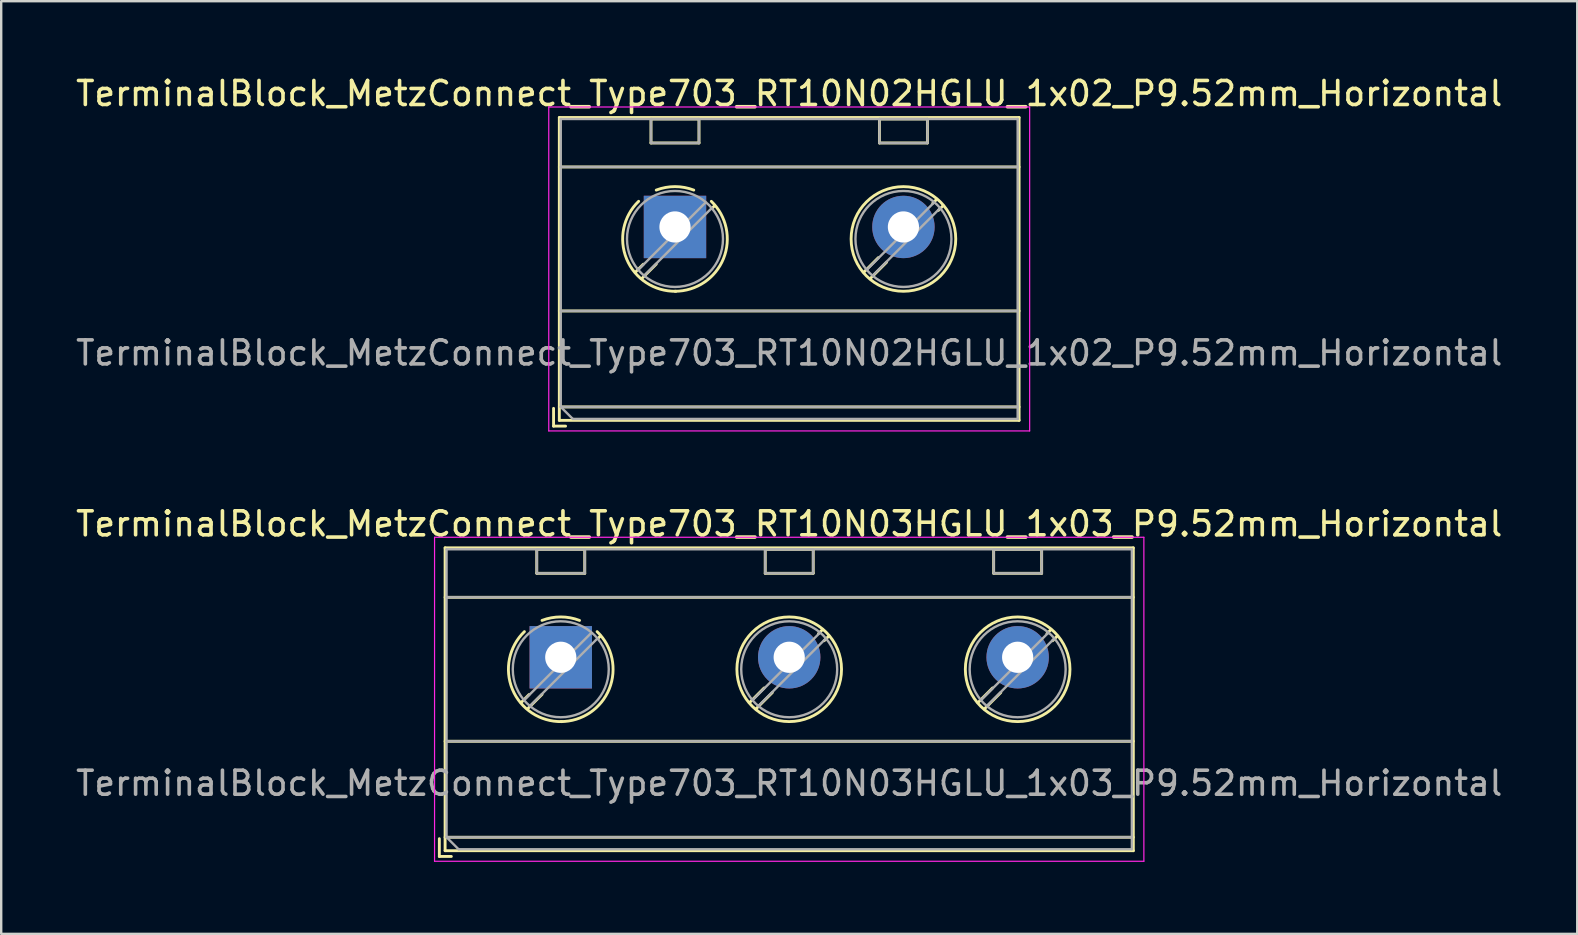
<source format=kicad_pcb>
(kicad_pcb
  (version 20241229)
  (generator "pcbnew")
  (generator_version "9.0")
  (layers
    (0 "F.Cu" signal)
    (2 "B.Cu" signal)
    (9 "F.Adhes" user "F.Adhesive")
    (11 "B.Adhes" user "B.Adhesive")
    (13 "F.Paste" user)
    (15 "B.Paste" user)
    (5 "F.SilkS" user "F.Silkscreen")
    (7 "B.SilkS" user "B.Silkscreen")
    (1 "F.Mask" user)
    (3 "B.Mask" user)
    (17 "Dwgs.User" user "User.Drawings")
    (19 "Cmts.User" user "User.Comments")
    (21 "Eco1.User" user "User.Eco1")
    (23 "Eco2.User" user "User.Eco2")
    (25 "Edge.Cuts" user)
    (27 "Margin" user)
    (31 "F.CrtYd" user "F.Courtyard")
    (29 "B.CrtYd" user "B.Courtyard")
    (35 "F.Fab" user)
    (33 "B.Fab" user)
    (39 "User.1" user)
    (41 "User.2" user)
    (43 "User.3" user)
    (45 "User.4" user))
  (footprint "TerminalBlock_MetzConnect_Type703_RT10N02HGLU_1x02_P9.52mm_Horizontal"
    (layer "F.Cu")
    (at 25.079 6.408)
    (property "Reference" "TerminalBlock_MetzConnect_Type703_RT10N02HGLU_1x02_P9.52mm_Horizontal" (at 4.76 -5.56 0) (layer "F.SilkS") (effects (font (size 1 1) (thickness 0.15))))
    (attr through_hole)
    (fp_line (start -5.06 7.56) (end -5.06 8.3) (stroke (width 0.12) (type solid)) (layer "F.SilkS"))
    (fp_line (start -5.06 8.3) (end -4.56 8.3) (stroke (width 0.12) (type solid)) (layer "F.SilkS"))
    (fp_line (start -4.82 -4.56) (end -4.82 8.06) (stroke (width 0.12) (type solid)) (layer "F.SilkS"))
    (fp_line (start -4.82 -4.56) (end 14.34 -4.56) (stroke (width 0.12) (type solid)) (layer "F.SilkS"))
    (fp_line (start -4.82 -2.5) (end 14.34 -2.5) (stroke (width 0.12) (type solid)) (layer "F.SilkS"))
    (fp_line (start -4.82 3.5) (end 14.34 3.5) (stroke (width 0.12) (type solid)) (layer "F.SilkS"))
    (fp_line (start -4.82 7.5) (end 14.34 7.5) (stroke (width 0.12) (type solid)) (layer "F.SilkS"))
    (fp_line (start -4.82 8.06) (end 14.34 8.06) (stroke (width 0.12) (type solid)) (layer "F.SilkS"))
    (fp_line (start -1.32 1.553) (end -1.654 1.888) (stroke (width 0.12) (type solid)) (layer "F.SilkS"))
    (fp_line (start -1 -4.5) (end -1 -3.5) (stroke (width 0.12) (type solid)) (layer "F.SilkS"))
    (fp_line (start -1 -4.5) (end 1 -4.5) (stroke (width 0.12) (type solid)) (layer "F.SilkS"))
    (fp_line (start -1 -3.5) (end 1 -3.5) (stroke (width 0.12) (type solid)) (layer "F.SilkS"))
    (fp_line (start -0.78 1.546) (end -1.388 2.154) (stroke (width 0.12) (type solid)) (layer "F.SilkS"))
    (fp_line (start 1 -4.5) (end 1 -3.5) (stroke (width 0.12) (type solid)) (layer "F.SilkS"))
    (fp_line (start 1.654 -0.888) (end 1.547 -0.781) (stroke (width 0.12) (type solid)) (layer "F.SilkS"))
    (fp_line (start 8.475 1.279) (end 7.867 1.888) (stroke (width 0.12) (type solid)) (layer "F.SilkS"))
    (fp_line (start 8.52 -4.5) (end 8.52 -3.5) (stroke (width 0.12) (type solid)) (layer "F.SilkS"))
    (fp_line (start 8.52 -4.5) (end 10.52 -4.5) (stroke (width 0.12) (type solid)) (layer "F.SilkS"))
    (fp_line (start 8.52 -3.5) (end 10.52 -3.5) (stroke (width 0.12) (type solid)) (layer "F.SilkS"))
    (fp_line (start 8.817 1.47) (end 8.133 2.154) (stroke (width 0.12) (type solid)) (layer "F.SilkS"))
    (fp_line (start 10.52 -4.5) (end 10.52 -3.5) (stroke (width 0.12) (type solid)) (layer "F.SilkS"))
    (fp_line (start 10.908 -1.154) (end 10.741 -0.986) (stroke (width 0.12) (type solid)) (layer "F.SilkS"))
    (fp_line (start 11.174 -0.888) (end 10.976 -0.69) (stroke (width 0.12) (type solid)) (layer "F.SilkS"))
    (fp_line (start 14.34 -4.56) (end 14.34 8.06) (stroke (width 0.12) (type solid)) (layer "F.SilkS"))
    (fp_arc (start -0.781211 -1.536303) (mid 0.000423 -1.681014) (end 0.782 -1.536) (stroke (width 0.12) (type solid)) (layer "F.SilkS"))
    (fp_arc (start 0.037945 2.680721) (mid -2.015074 1.334542) (end -1.515 -1.069) (stroke (width 0.12) (type solid)) (layer "F.SilkS"))
    (fp_arc (start 1.514355 -1.068161) (mid 2.021261 1.316642) (end 0 2.68) (stroke (width 0.12) (type solid)) (layer "F.SilkS"))
    (fp_circle (center 9.52 0.5) (end 11.7 0.5) (stroke (width 0.12) (type solid)) (fill no) (layer "F.SilkS"))
    (fp_line (start -5.26 -5) (end -5.26 8.5) (stroke (width 0.05) (type solid)) (layer "F.CrtYd"))
    (fp_line (start -5.26 8.5) (end 14.78 8.5) (stroke (width 0.05) (type solid)) (layer "F.CrtYd"))
    (fp_line (start 14.78 -5) (end -5.26 -5) (stroke (width 0.05) (type solid)) (layer "F.CrtYd"))
    (fp_line (start 14.78 8.5) (end 14.78 -5) (stroke (width 0.05) (type solid)) (layer "F.CrtYd"))
    (fp_line (start -4.76 -4.5) (end 14.28 -4.5) (stroke (width 0.1) (type solid)) (layer "F.Fab"))
    (fp_line (start -4.76 -2.5) (end 14.28 -2.5) (stroke (width 0.1) (type solid)) (layer "F.Fab"))
    (fp_line (start -4.76 3.5) (end 14.28 3.5) (stroke (width 0.1) (type solid)) (layer "F.Fab"))
    (fp_line (start -4.76 7.5) (end -4.76 -4.5) (stroke (width 0.1) (type solid)) (layer "F.Fab"))
    (fp_line (start -4.76 7.5) (end 14.28 7.5) (stroke (width 0.1) (type solid)) (layer "F.Fab"))
    (fp_line (start -4.26 8) (end -4.76 7.5) (stroke (width 0.1) (type solid)) (layer "F.Fab"))
    (fp_line (start -1 -4.5) (end -1 -3.5) (stroke (width 0.1) (type solid)) (layer "F.Fab"))
    (fp_line (start -1 -3.5) (end 1 -3.5) (stroke (width 0.1) (type solid)) (layer "F.Fab"))
    (fp_line (start 1 -4.5) (end -1 -4.5) (stroke (width 0.1) (type solid)) (layer "F.Fab"))
    (fp_line (start 1 -3.5) (end 1 -4.5) (stroke (width 0.1) (type solid)) (layer "F.Fab"))
    (fp_line (start 1.273 -1.017) (end -1.517 1.773) (stroke (width 0.1) (type solid)) (layer "F.Fab"))
    (fp_line (start 1.517 -0.773) (end -1.273 2.017) (stroke (width 0.1) (type solid)) (layer "F.Fab"))
    (fp_line (start 8.52 -4.5) (end 8.52 -3.5) (stroke (width 0.1) (type solid)) (layer "F.Fab"))
    (fp_line (start 8.52 -3.5) (end 10.52 -3.5) (stroke (width 0.1) (type solid)) (layer "F.Fab"))
    (fp_line (start 10.52 -4.5) (end 8.52 -4.5) (stroke (width 0.1) (type solid)) (layer "F.Fab"))
    (fp_line (start 10.52 -3.5) (end 10.52 -4.5) (stroke (width 0.1) (type solid)) (layer "F.Fab"))
    (fp_line (start 10.793 -1.017) (end 8.004 1.773) (stroke (width 0.1) (type solid)) (layer "F.Fab"))
    (fp_line (start 11.037 -0.773) (end 8.248 2.017) (stroke (width 0.1) (type solid)) (layer "F.Fab"))
    (fp_line (start 14.28 -4.5) (end 14.28 8) (stroke (width 0.1) (type solid)) (layer "F.Fab"))
    (fp_line (start 14.28 8) (end -4.26 8) (stroke (width 0.1) (type solid)) (layer "F.Fab"))
    (fp_circle (center 0 0.5) (end 2 0.5) (stroke (width 0.1) (type solid)) (fill no) (layer "F.Fab"))
    (fp_circle (center 9.52 0.5) (end 11.52 0.5) (stroke (width 0.1) (type solid)) (fill no) (layer "F.Fab"))
    (fp_text user "${REFERENCE}" (at 4.76 5.25 0) (layer "F.Fab") (effects (font (size 1 1) (thickness 0.15))))
    (pad "1" thru_hole rect (at 0 0) (size 2.6 2.6) (drill 1.3) (layers "*.Cu" "*.Mask"))
    (pad "2" thru_hole circle (at 9.52 0) (size 2.6 2.6) (drill 1.3) (layers "*.Cu" "*.Mask")))
  (footprint "TerminalBlock_MetzConnect_Type703_RT10N03HGLU_1x03_P9.52mm_Horizontal"
    (layer "F.Cu")
    (at 20.319 24.341)
    (property "Reference" "TerminalBlock_MetzConnect_Type703_RT10N03HGLU_1x03_P9.52mm_Horizontal" (at 9.52 -5.56 0) (layer "F.SilkS") (effects (font (size 1 1) (thickness 0.15))))
    (attr through_hole)
    (fp_line (start -5.06 7.56) (end -5.06 8.3) (stroke (width 0.12) (type solid)) (layer "F.SilkS"))
    (fp_line (start -5.06 8.3) (end -4.56 8.3) (stroke (width 0.12) (type solid)) (layer "F.SilkS"))
    (fp_line (start -4.82 -4.56) (end -4.82 8.06) (stroke (width 0.12) (type solid)) (layer "F.SilkS"))
    (fp_line (start -4.82 -4.56) (end 23.86 -4.56) (stroke (width 0.12) (type solid)) (layer "F.SilkS"))
    (fp_line (start -4.82 -2.5) (end 23.86 -2.5) (stroke (width 0.12) (type solid)) (layer "F.SilkS"))
    (fp_line (start -4.82 3.5) (end 23.86 3.5) (stroke (width 0.12) (type solid)) (layer "F.SilkS"))
    (fp_line (start -4.82 7.5) (end 23.86 7.5) (stroke (width 0.12) (type solid)) (layer "F.SilkS"))
    (fp_line (start -4.82 8.06) (end 23.86 8.06) (stroke (width 0.12) (type solid)) (layer "F.SilkS"))
    (fp_line (start -1.32 1.553) (end -1.654 1.888) (stroke (width 0.12) (type solid)) (layer "F.SilkS"))
    (fp_line (start -1 -4.5) (end -1 -3.5) (stroke (width 0.12) (type solid)) (layer "F.SilkS"))
    (fp_line (start -1 -4.5) (end 1 -4.5) (stroke (width 0.12) (type solid)) (layer "F.SilkS"))
    (fp_line (start -1 -3.5) (end 1 -3.5) (stroke (width 0.12) (type solid)) (layer "F.SilkS"))
    (fp_line (start -0.78 1.546) (end -1.388 2.154) (stroke (width 0.12) (type solid)) (layer "F.SilkS"))
    (fp_line (start 1 -4.5) (end 1 -3.5) (stroke (width 0.12) (type solid)) (layer "F.SilkS"))
    (fp_line (start 1.654 -0.888) (end 1.547 -0.781) (stroke (width 0.12) (type solid)) (layer "F.SilkS"))
    (fp_line (start 8.475 1.279) (end 7.867 1.888) (stroke (width 0.12) (type solid)) (layer "F.SilkS"))
    (fp_line (start 8.52 -4.5) (end 8.52 -3.5) (stroke (width 0.12) (type solid)) (layer "F.SilkS"))
    (fp_line (start 8.52 -4.5) (end 10.52 -4.5) (stroke (width 0.12) (type solid)) (layer "F.SilkS"))
    (fp_line (start 8.52 -3.5) (end 10.52 -3.5) (stroke (width 0.12) (type solid)) (layer "F.SilkS"))
    (fp_line (start 8.817 1.47) (end 8.133 2.154) (stroke (width 0.12) (type solid)) (layer "F.SilkS"))
    (fp_line (start 10.52 -4.5) (end 10.52 -3.5) (stroke (width 0.12) (type solid)) (layer "F.SilkS"))
    (fp_line (start 10.908 -1.154) (end 10.741 -0.986) (stroke (width 0.12) (type solid)) (layer "F.SilkS"))
    (fp_line (start 11.174 -0.888) (end 10.976 -0.69) (stroke (width 0.12) (type solid)) (layer "F.SilkS"))
    (fp_line (start 17.995 1.279) (end 17.387 1.888) (stroke (width 0.12) (type solid)) (layer "F.SilkS"))
    (fp_line (start 18.04 -4.5) (end 18.04 -3.5) (stroke (width 0.12) (type solid)) (layer "F.SilkS"))
    (fp_line (start 18.04 -4.5) (end 20.04 -4.5) (stroke (width 0.12) (type solid)) (layer "F.SilkS"))
    (fp_line (start 18.04 -3.5) (end 20.04 -3.5) (stroke (width 0.12) (type solid)) (layer "F.SilkS"))
    (fp_line (start 18.337 1.47) (end 17.653 2.154) (stroke (width 0.12) (type solid)) (layer "F.SilkS"))
    (fp_line (start 20.04 -4.5) (end 20.04 -3.5) (stroke (width 0.12) (type solid)) (layer "F.SilkS"))
    (fp_line (start 20.428 -1.154) (end 20.261 -0.986) (stroke (width 0.12) (type solid)) (layer "F.SilkS"))
    (fp_line (start 20.694 -0.888) (end 20.496 -0.69) (stroke (width 0.12) (type solid)) (layer "F.SilkS"))
    (fp_line (start 23.86 -4.56) (end 23.86 8.06) (stroke (width 0.12) (type solid)) (layer "F.SilkS"))
    (fp_arc (start -0.781211 -1.536303) (mid 0.000423 -1.681014) (end 0.782 -1.536) (stroke (width 0.12) (type solid)) (layer "F.SilkS"))
    (fp_arc (start 0.037945 2.680721) (mid -2.015074 1.334542) (end -1.515 -1.069) (stroke (width 0.12) (type solid)) (layer "F.SilkS"))
    (fp_arc (start 1.514355 -1.068161) (mid 2.021261 1.316642) (end 0 2.68) (stroke (width 0.12) (type solid)) (layer "F.SilkS"))
    (fp_circle (center 9.52 0.5) (end 11.7 0.5) (stroke (width 0.12) (type solid)) (fill no) (layer "F.SilkS"))
    (fp_circle (center 19.04 0.5) (end 21.22 0.5) (stroke (width 0.12) (type solid)) (fill no) (layer "F.SilkS"))
    (fp_line (start -5.26 -5) (end -5.26 8.5) (stroke (width 0.05) (type solid)) (layer "F.CrtYd"))
    (fp_line (start -5.26 8.5) (end 24.3 8.5) (stroke (width 0.05) (type solid)) (layer "F.CrtYd"))
    (fp_line (start 24.3 -5) (end -5.26 -5) (stroke (width 0.05) (type solid)) (layer "F.CrtYd"))
    (fp_line (start 24.3 8.5) (end 24.3 -5) (stroke (width 0.05) (type solid)) (layer "F.CrtYd"))
    (fp_line (start -4.76 -4.5) (end 23.8 -4.5) (stroke (width 0.1) (type solid)) (layer "F.Fab"))
    (fp_line (start -4.76 -2.5) (end 23.8 -2.5) (stroke (width 0.1) (type solid)) (layer "F.Fab"))
    (fp_line (start -4.76 3.5) (end 23.8 3.5) (stroke (width 0.1) (type solid)) (layer "F.Fab"))
    (fp_line (start -4.76 7.5) (end -4.76 -4.5) (stroke (width 0.1) (type solid)) (layer "F.Fab"))
    (fp_line (start -4.76 7.5) (end 23.8 7.5) (stroke (width 0.1) (type solid)) (layer "F.Fab"))
    (fp_line (start -4.26 8) (end -4.76 7.5) (stroke (width 0.1) (type solid)) (layer "F.Fab"))
    (fp_line (start -1 -4.5) (end -1 -3.5) (stroke (width 0.1) (type solid)) (layer "F.Fab"))
    (fp_line (start -1 -3.5) (end 1 -3.5) (stroke (width 0.1) (type solid)) (layer "F.Fab"))
    (fp_line (start 1 -4.5) (end -1 -4.5) (stroke (width 0.1) (type solid)) (layer "F.Fab"))
    (fp_line (start 1 -3.5) (end 1 -4.5) (stroke (width 0.1) (type solid)) (layer "F.Fab"))
    (fp_line (start 1.273 -1.017) (end -1.517 1.773) (stroke (width 0.1) (type solid)) (layer "F.Fab"))
    (fp_line (start 1.517 -0.773) (end -1.273 2.017) (stroke (width 0.1) (type solid)) (layer "F.Fab"))
    (fp_line (start 8.52 -4.5) (end 8.52 -3.5) (stroke (width 0.1) (type solid)) (layer "F.Fab"))
    (fp_line (start 8.52 -3.5) (end 10.52 -3.5) (stroke (width 0.1) (type solid)) (layer "F.Fab"))
    (fp_line (start 10.52 -4.5) (end 8.52 -4.5) (stroke (width 0.1) (type solid)) (layer "F.Fab"))
    (fp_line (start 10.52 -3.5) (end 10.52 -4.5) (stroke (width 0.1) (type solid)) (layer "F.Fab"))
    (fp_line (start 10.793 -1.017) (end 8.004 1.773) (stroke (width 0.1) (type solid)) (layer "F.Fab"))
    (fp_line (start 11.037 -0.773) (end 8.248 2.017) (stroke (width 0.1) (type solid)) (layer "F.Fab"))
    (fp_line (start 18.04 -4.5) (end 18.04 -3.5) (stroke (width 0.1) (type solid)) (layer "F.Fab"))
    (fp_line (start 18.04 -3.5) (end 20.04 -3.5) (stroke (width 0.1) (type solid)) (layer "F.Fab"))
    (fp_line (start 20.04 -4.5) (end 18.04 -4.5) (stroke (width 0.1) (type solid)) (layer "F.Fab"))
    (fp_line (start 20.04 -3.5) (end 20.04 -4.5) (stroke (width 0.1) (type solid)) (layer "F.Fab"))
    (fp_line (start 20.313 -1.017) (end 17.524 1.773) (stroke (width 0.1) (type solid)) (layer "F.Fab"))
    (fp_line (start 20.557 -0.773) (end 17.768 2.017) (stroke (width 0.1) (type solid)) (layer "F.Fab"))
    (fp_line (start 23.8 -4.5) (end 23.8 8) (stroke (width 0.1) (type solid)) (layer "F.Fab"))
    (fp_line (start 23.8 8) (end -4.26 8) (stroke (width 0.1) (type solid)) (layer "F.Fab"))
    (fp_circle (center 0 0.5) (end 2 0.5) (stroke (width 0.1) (type solid)) (fill no) (layer "F.Fab"))
    (fp_circle (center 9.52 0.5) (end 11.52 0.5) (stroke (width 0.1) (type solid)) (fill no) (layer "F.Fab"))
    (fp_circle (center 19.04 0.5) (end 21.04 0.5) (stroke (width 0.1) (type solid)) (fill no) (layer "F.Fab"))
    (fp_text user "${REFERENCE}" (at 9.52 5.25 0) (layer "F.Fab") (effects (font (size 1 1) (thickness 0.15))))
    (pad "1" thru_hole rect (at 0 0) (size 2.6 2.6) (drill 1.3) (layers "*.Cu" "*.Mask"))
    (pad "2" thru_hole circle (at 9.52 0) (size 2.6 2.6) (drill 1.3) (layers "*.Cu" "*.Mask"))
    (pad "3" thru_hole circle (at 19.04 0) (size 2.6 2.6) (drill 1.3) (layers "*.Cu" "*.Mask")))
  (gr_rect
    (start -3 -3)
    (end 62.679 35.867)
    (stroke (width 0.1) (type default))
    (fill no)
    (layer "Edge.Cuts")))
</source>
